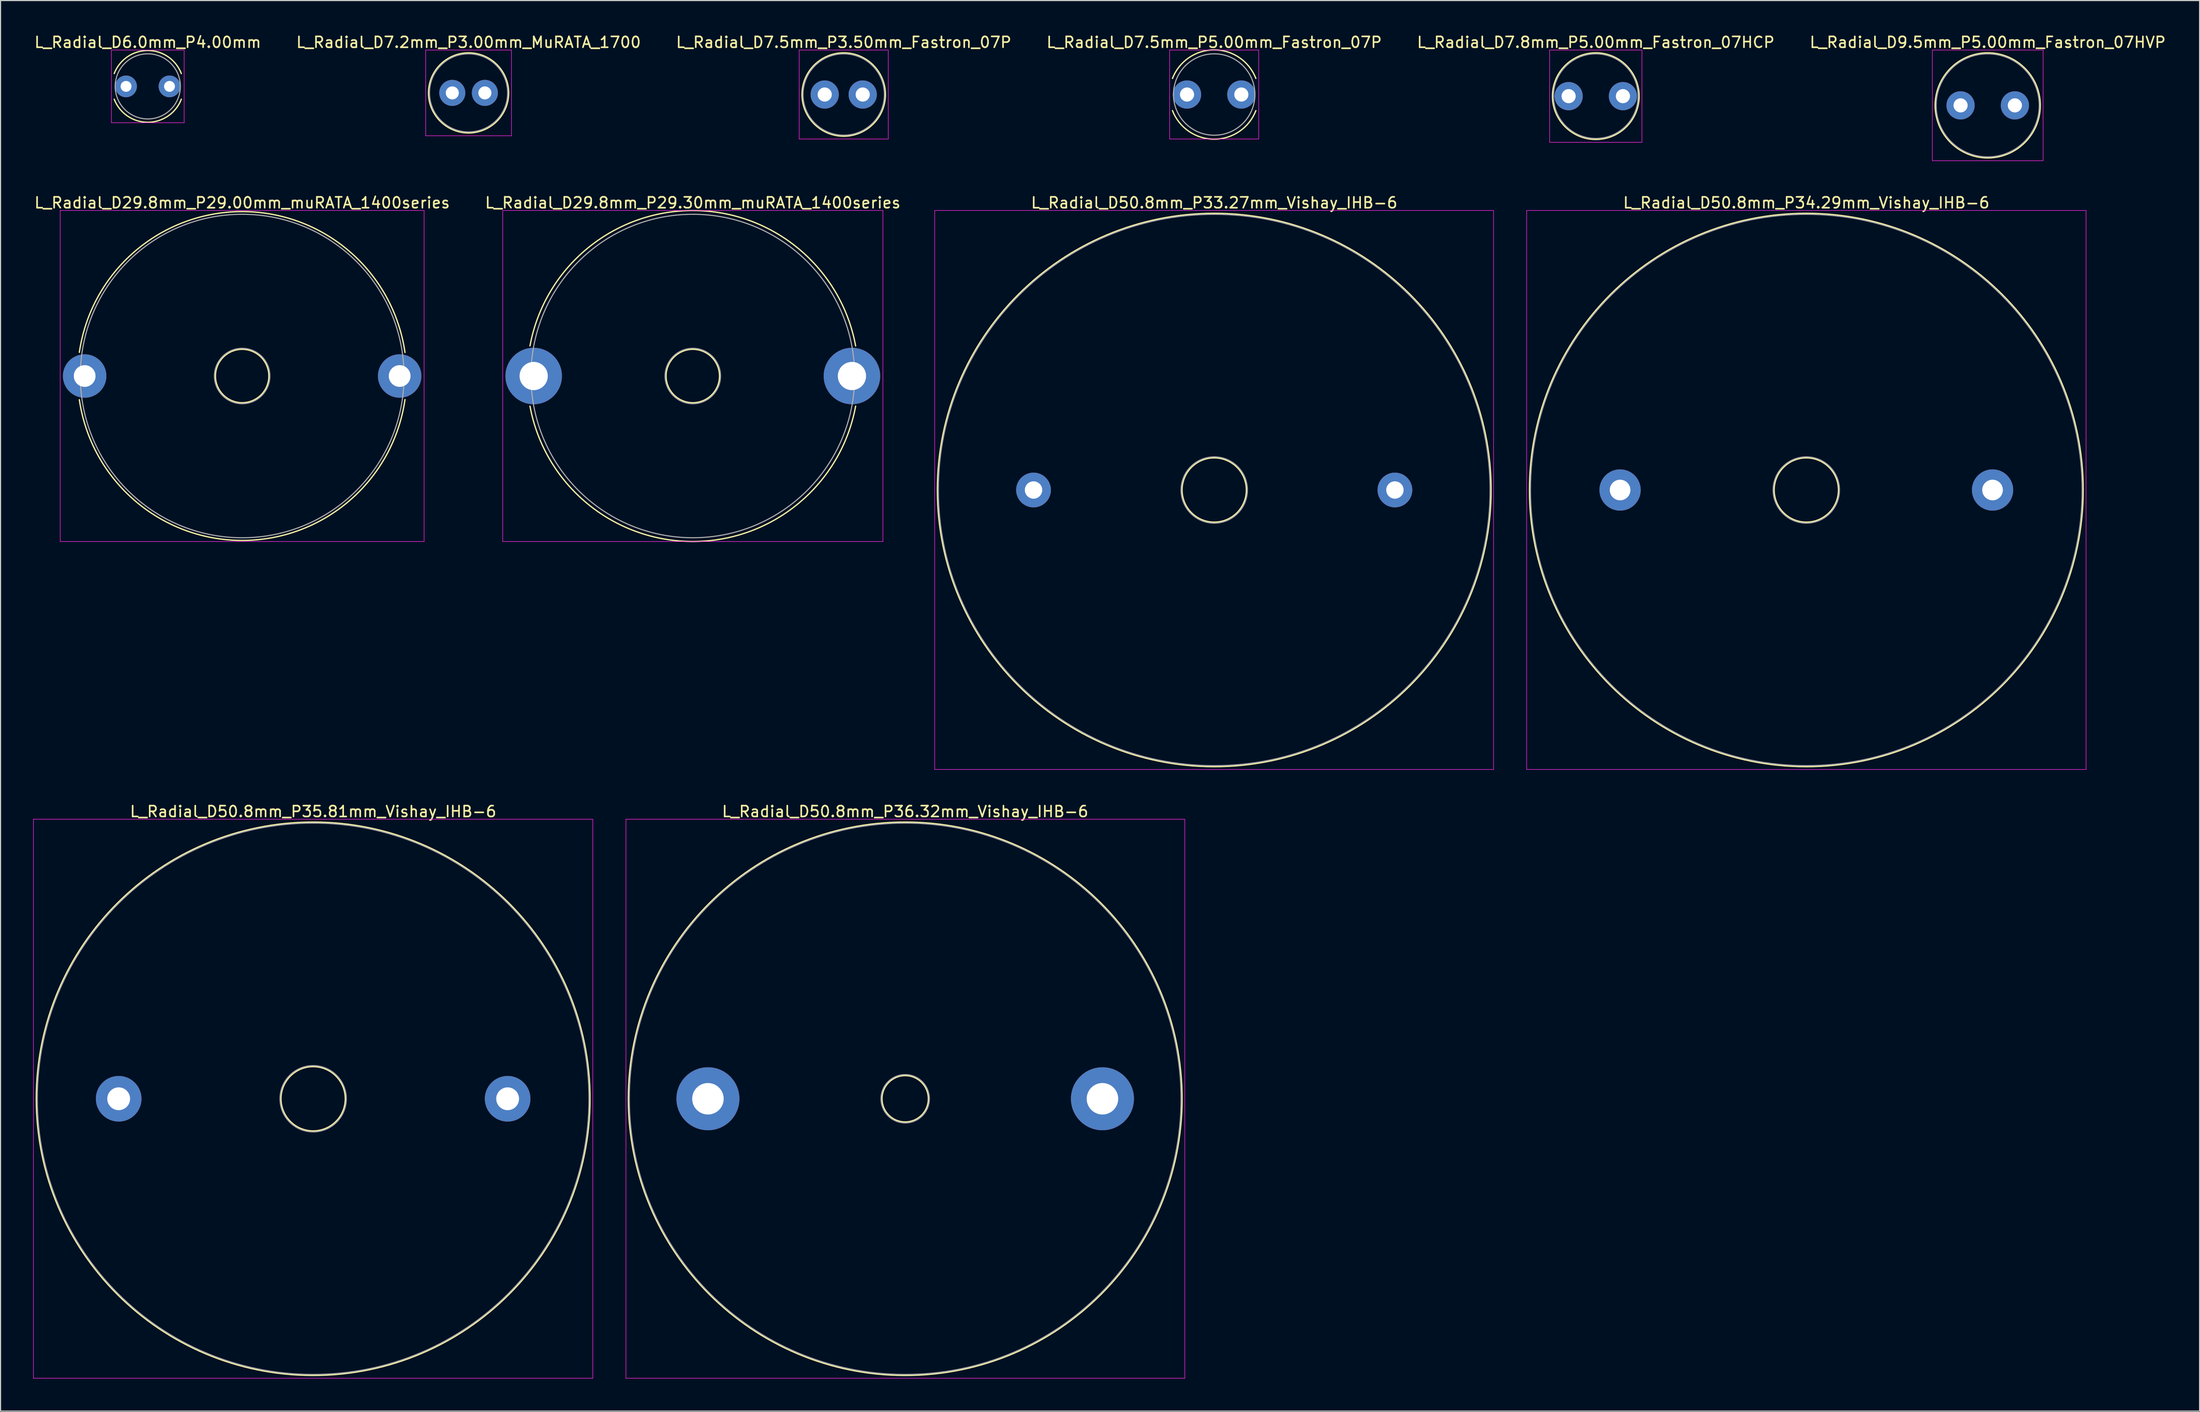
<source format=kicad_pcb>
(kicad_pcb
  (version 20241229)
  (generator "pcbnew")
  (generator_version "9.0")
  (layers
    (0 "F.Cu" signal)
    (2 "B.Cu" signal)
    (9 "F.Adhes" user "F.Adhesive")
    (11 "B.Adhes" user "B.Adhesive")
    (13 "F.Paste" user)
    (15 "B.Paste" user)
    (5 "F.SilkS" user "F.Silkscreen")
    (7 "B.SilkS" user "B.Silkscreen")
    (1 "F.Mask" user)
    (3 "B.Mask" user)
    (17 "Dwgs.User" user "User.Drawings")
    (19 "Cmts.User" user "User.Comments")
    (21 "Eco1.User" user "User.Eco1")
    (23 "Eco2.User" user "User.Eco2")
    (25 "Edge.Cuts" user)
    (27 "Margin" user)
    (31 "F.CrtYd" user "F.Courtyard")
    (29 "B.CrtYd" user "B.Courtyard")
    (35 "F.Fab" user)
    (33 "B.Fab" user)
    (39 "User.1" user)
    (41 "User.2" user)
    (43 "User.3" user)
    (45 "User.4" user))
  (footprint "L_Radial_D7.8mm_P5.00mm_Fastron_07HCP"
    (layer "F.Cu")
    (at 141.363 5.808)
    (property "Reference" "L_Radial_D7.8mm_P5.00mm_Fastron_07HCP" (at 2.5 -4.96 0) (layer "F.SilkS") (effects (font (size 1 1) (thickness 0.15))))
    (attr through_hole)
    (fp_circle (center 2.5 0) (end 6.49 0) (stroke (width 0.12) (type solid)) (fill no) (layer "F.SilkS"))
    (fp_line (start -1.75 -4.25) (end -1.75 4.25) (stroke (width 0.05) (type solid)) (layer "F.CrtYd"))
    (fp_line (start -1.75 4.25) (end 6.75 4.25) (stroke (width 0.05) (type solid)) (layer "F.CrtYd"))
    (fp_line (start 6.75 -4.25) (end -1.75 -4.25) (stroke (width 0.05) (type solid)) (layer "F.CrtYd"))
    (fp_line (start 6.75 4.25) (end 6.75 -4.25) (stroke (width 0.05) (type solid)) (layer "F.CrtYd"))
    (fp_circle (center 2.5 0) (end 6.4 0) (stroke (width 0.1) (type solid)) (fill no) (layer "F.Fab"))
    (pad "1" thru_hole circle (at 0 0) (size 2.6 2.6) (drill 1.3) (layers "*.Cu" "*.Mask"))
    (pad "2" thru_hole circle (at 5 0) (size 2.6 2.6) (drill 1.3) (layers "*.Cu" "*.Mask")))
  (footprint "L_Radial_D50.8mm_P34.29mm_Vishay_IHB-6"
    (layer "F.Cu")
    (at 146.101 42.092)
    (property "Reference" "L_Radial_D50.8mm_P34.29mm_Vishay_IHB-6" (at 17.145 -26.46 0) (layer "F.SilkS") (effects (font (size 1 1) (thickness 0.15))))
    (attr through_hole)
    (fp_circle (center 17.145 0) (end 20.105 0) (stroke (width 0.12) (type solid)) (fill no) (layer "F.SilkS"))
    (fp_circle (center 17.145 0) (end 42.635 0) (stroke (width 0.12) (type solid)) (fill no) (layer "F.SilkS"))
    (fp_line (start -8.6 -25.75) (end -8.6 25.75) (stroke (width 0.05) (type solid)) (layer "F.CrtYd"))
    (fp_line (start -8.6 25.75) (end 42.9 25.75) (stroke (width 0.05) (type solid)) (layer "F.CrtYd"))
    (fp_line (start 42.9 -25.75) (end -8.6 -25.75) (stroke (width 0.05) (type solid)) (layer "F.CrtYd"))
    (fp_line (start 42.9 25.75) (end 42.9 -25.75) (stroke (width 0.05) (type solid)) (layer "F.CrtYd"))
    (fp_circle (center 17.145 0) (end 20.195 0) (stroke (width 0.1) (type solid)) (fill no) (layer "F.Fab"))
    (fp_circle (center 17.145 0) (end 42.545 0) (stroke (width 0.1) (type solid)) (fill no) (layer "F.Fab"))
    (pad "1" thru_hole circle (at 0 0) (size 3.8 3.8) (drill 1.9) (layers "*.Cu" "*.Mask"))
    (pad "2" thru_hole circle (at 34.29 0) (size 3.8 3.8) (drill 1.9) (layers "*.Cu" "*.Mask")))
  (footprint "L_Radial_D6.0mm_P4.00mm"
    (layer "F.Cu")
    (at 8.554 4.908)
    (property "Reference" "L_Radial_D6.0mm_P4.00mm" (at 2 -4.06 0) (layer "F.SilkS") (effects (font (size 1 1) (thickness 0.15))))
    (attr through_hole)
    (fp_arc (start -1.09 -1.18) (mid 2.000041 -3.307643) (end 5.090029 -1.179924) (stroke (width 0.12) (type solid)) (layer "F.SilkS"))
    (fp_arc (start 5.090029 1.179924) (mid 2.000041 3.307643) (end -1.09 1.18) (stroke (width 0.12) (type solid)) (layer "F.SilkS"))
    (fp_line (start -1.35 -3.35) (end -1.35 3.35) (stroke (width 0.05) (type solid)) (layer "F.CrtYd"))
    (fp_line (start -1.35 3.35) (end 5.35 3.35) (stroke (width 0.05) (type solid)) (layer "F.CrtYd"))
    (fp_line (start 5.35 -3.35) (end -1.35 -3.35) (stroke (width 0.05) (type solid)) (layer "F.CrtYd"))
    (fp_line (start 5.35 3.35) (end 5.35 -3.35) (stroke (width 0.05) (type solid)) (layer "F.CrtYd"))
    (fp_circle (center 2 0) (end 5 0) (stroke (width 0.1) (type solid)) (fill no) (layer "F.Fab"))
    (pad "1" thru_hole circle (at 0 0) (size 2 2) (drill 1) (layers "*.Cu" "*.Mask"))
    (pad "2" thru_hole circle (at 4 0) (size 2 2) (drill 1) (layers "*.Cu" "*.Mask")))
  (footprint "L_Radial_D7.5mm_P5.00mm_Fastron_07P"
    (layer "F.Cu")
    (at 106.232 5.658)
    (property "Reference" "L_Radial_D7.5mm_P5.00mm_Fastron_07P" (at 2.5 -4.81 0) (layer "F.SilkS") (effects (font (size 1 1) (thickness 0.15))))
    (attr through_hole)
    (fp_arc (start -1.34 -1.48) (mid 2.498384 -4.115337) (end 6.338836 -1.483016) (stroke (width 0.12) (type solid)) (layer "F.SilkS"))
    (fp_arc (start 6.338836 1.483016) (mid 2.498384 4.115337) (end -1.34 1.48) (stroke (width 0.12) (type solid)) (layer "F.SilkS"))
    (fp_line (start -1.6 -4.1) (end -1.6 4.1) (stroke (width 0.05) (type solid)) (layer "F.CrtYd"))
    (fp_line (start -1.6 4.1) (end 6.6 4.1) (stroke (width 0.05) (type solid)) (layer "F.CrtYd"))
    (fp_line (start 6.6 -4.1) (end -1.6 -4.1) (stroke (width 0.05) (type solid)) (layer "F.CrtYd"))
    (fp_line (start 6.6 4.1) (end 6.6 -4.1) (stroke (width 0.05) (type solid)) (layer "F.CrtYd"))
    (fp_circle (center 2.5 0) (end 6.25 0) (stroke (width 0.1) (type solid)) (fill no) (layer "F.Fab"))
    (pad "1" thru_hole circle (at 0 0) (size 2.6 2.6) (drill 1.3) (layers "*.Cu" "*.Mask"))
    (pad "2" thru_hole circle (at 5 0) (size 2.6 2.6) (drill 1.3) (layers "*.Cu" "*.Mask")))
  (footprint "L_Radial_D29.8mm_P29.30mm_muRATA_1400series"
    (layer "F.Cu")
    (at 46.082 31.591)
    (property "Reference" "L_Radial_D29.8mm_P29.30mm_muRATA_1400series" (at 14.65 -15.96 0) (layer "F.SilkS") (effects (font (size 1 1) (thickness 0.15))))
    (attr through_hole)
    (fp_arc (start -0.34 -2.78) (mid 14.651738 -15.245606) (end 29.640633 -2.776582) (stroke (width 0.12) (type solid)) (layer "F.SilkS"))
    (fp_arc (start 29.640633 2.776582) (mid 14.651738 15.245605) (end -0.34 2.78) (stroke (width 0.12) (type solid)) (layer "F.SilkS"))
    (fp_circle (center 14.65 0) (end 17.11 0) (stroke (width 0.12) (type solid)) (fill no) (layer "F.SilkS"))
    (fp_line (start -2.85 -15.25) (end -2.85 15.25) (stroke (width 0.05) (type solid)) (layer "F.CrtYd"))
    (fp_line (start -2.85 15.25) (end 32.15 15.25) (stroke (width 0.05) (type solid)) (layer "F.CrtYd"))
    (fp_line (start 32.15 -15.25) (end -2.85 -15.25) (stroke (width 0.05) (type solid)) (layer "F.CrtYd"))
    (fp_line (start 32.15 15.25) (end 32.15 -15.25) (stroke (width 0.05) (type solid)) (layer "F.CrtYd"))
    (fp_circle (center 14.65 0) (end 17.2 0) (stroke (width 0.1) (type solid)) (fill no) (layer "F.Fab"))
    (fp_circle (center 14.65 0) (end 29.55 0) (stroke (width 0.1) (type solid)) (fill no) (layer "F.Fab"))
    (pad "1" thru_hole circle (at 0 0) (size 5.2 5.2) (drill 2.6) (layers "*.Cu" "*.Mask"))
    (pad "2" thru_hole circle (at 29.3 0) (size 5.2 5.2) (drill 2.6) (layers "*.Cu" "*.Mask")))
  (footprint "L_Radial_D29.8mm_P29.00mm_muRATA_1400series"
    (layer "F.Cu")
    (at 4.744 31.591)
    (property "Reference" "L_Radial_D29.8mm_P29.00mm_muRATA_1400series" (at 14.5 -15.96 0) (layer "F.SilkS") (effects (font (size 1 1) (thickness 0.15))))
    (attr through_hole)
    (fp_arc (start -0.49 -2.18) (mid 14.506486 -15.147688) (end 29.491861 -2.167163) (stroke (width 0.12) (type solid)) (layer "F.SilkS"))
    (fp_arc (start 29.491861 2.167163) (mid 14.506486 15.147688) (end -0.49 2.18) (stroke (width 0.12) (type solid)) (layer "F.SilkS"))
    (fp_circle (center 14.5 0) (end 16.96 0) (stroke (width 0.12) (type solid)) (fill no) (layer "F.SilkS"))
    (fp_line (start -2.25 -15.25) (end -2.25 15.25) (stroke (width 0.05) (type solid)) (layer "F.CrtYd"))
    (fp_line (start -2.25 15.25) (end 31.25 15.25) (stroke (width 0.05) (type solid)) (layer "F.CrtYd"))
    (fp_line (start 31.25 -15.25) (end -2.25 -15.25) (stroke (width 0.05) (type solid)) (layer "F.CrtYd"))
    (fp_line (start 31.25 15.25) (end 31.25 -15.25) (stroke (width 0.05) (type solid)) (layer "F.CrtYd"))
    (fp_circle (center 14.5 0) (end 17.05 0) (stroke (width 0.1) (type solid)) (fill no) (layer "F.Fab"))
    (fp_circle (center 14.5 0) (end 29.4 0) (stroke (width 0.1) (type solid)) (fill no) (layer "F.Fab"))
    (pad "1" thru_hole circle (at 0 0) (size 4 4) (drill 2) (layers "*.Cu" "*.Mask"))
    (pad "2" thru_hole circle (at 29 0) (size 4 4) (drill 2) (layers "*.Cu" "*.Mask")))
  (footprint "L_Radial_D50.8mm_P33.27mm_Vishay_IHB-6"
    (layer "F.Cu")
    (at 92.101 42.092)
    (property "Reference" "L_Radial_D50.8mm_P33.27mm_Vishay_IHB-6" (at 16.635 -26.46 0) (layer "F.SilkS") (effects (font (size 1 1) (thickness 0.15))))
    (attr through_hole)
    (fp_circle (center 16.635 0) (end 19.595 0) (stroke (width 0.12) (type solid)) (fill no) (layer "F.SilkS"))
    (fp_circle (center 16.635 0) (end 42.125 0) (stroke (width 0.12) (type solid)) (fill no) (layer "F.SilkS"))
    (fp_line (start -9.1 -25.75) (end -9.1 25.75) (stroke (width 0.05) (type solid)) (layer "F.CrtYd"))
    (fp_line (start -9.1 25.75) (end 42.35 25.75) (stroke (width 0.05) (type solid)) (layer "F.CrtYd"))
    (fp_line (start 42.35 -25.75) (end -9.1 -25.75) (stroke (width 0.05) (type solid)) (layer "F.CrtYd"))
    (fp_line (start 42.35 25.75) (end 42.35 -25.75) (stroke (width 0.05) (type solid)) (layer "F.CrtYd"))
    (fp_circle (center 16.635 0) (end 19.685 0) (stroke (width 0.1) (type solid)) (fill no) (layer "F.Fab"))
    (fp_circle (center 16.635 0) (end 42.035 0) (stroke (width 0.1) (type solid)) (fill no) (layer "F.Fab"))
    (pad "1" thru_hole circle (at 0 0) (size 3.2 3.2) (drill 1.6) (layers "*.Cu" "*.Mask"))
    (pad "2" thru_hole circle (at 33.27 0) (size 3.2 3.2) (drill 1.6) (layers "*.Cu" "*.Mask")))
  (footprint "L_Radial_D7.2mm_P3.00mm_MuRATA_1700"
    (layer "F.Cu")
    (at 38.589 5.508)
    (property "Reference" "L_Radial_D7.2mm_P3.00mm_MuRATA_1700" (at 1.5 -4.66 0) (layer "F.SilkS") (effects (font (size 1 1) (thickness 0.15))))
    (attr through_hole)
    (fp_circle (center 1.5 0) (end 5.19 0) (stroke (width 0.12) (type solid)) (fill no) (layer "F.SilkS"))
    (fp_line (start -2.45 -3.95) (end -2.45 3.95) (stroke (width 0.05) (type solid)) (layer "F.CrtYd"))
    (fp_line (start -2.45 3.95) (end 5.45 3.95) (stroke (width 0.05) (type solid)) (layer "F.CrtYd"))
    (fp_line (start 5.45 -3.95) (end -2.45 -3.95) (stroke (width 0.05) (type solid)) (layer "F.CrtYd"))
    (fp_line (start 5.45 3.95) (end 5.45 -3.95) (stroke (width 0.05) (type solid)) (layer "F.CrtYd"))
    (fp_circle (center 1.5 0) (end 5.1 0) (stroke (width 0.1) (type solid)) (fill no) (layer "F.Fab"))
    (pad "1" thru_hole circle (at 0 0) (size 2.4 2.4) (drill 1.2) (layers "*.Cu" "*.Mask"))
    (pad "2" thru_hole circle (at 3 0) (size 2.4 2.4) (drill 1.2) (layers "*.Cu" "*.Mask")))
  (footprint "L_Radial_D50.8mm_P35.81mm_Vishay_IHB-6"
    (layer "F.Cu")
    (at 7.875 98.175)
    (property "Reference" "L_Radial_D50.8mm_P35.81mm_Vishay_IHB-6" (at 17.905 -26.46 0) (layer "F.SilkS") (effects (font (size 1 1) (thickness 0.15))))
    (attr through_hole)
    (fp_circle (center 17.905 0) (end 20.865 0) (stroke (width 0.12) (type solid)) (fill no) (layer "F.SilkS"))
    (fp_circle (center 17.905 0) (end 43.395 0) (stroke (width 0.12) (type solid)) (fill no) (layer "F.SilkS"))
    (fp_line (start -7.85 -25.75) (end -7.85 25.75) (stroke (width 0.05) (type solid)) (layer "F.CrtYd"))
    (fp_line (start -7.85 25.75) (end 43.65 25.75) (stroke (width 0.05) (type solid)) (layer "F.CrtYd"))
    (fp_line (start 43.65 -25.75) (end -7.85 -25.75) (stroke (width 0.05) (type solid)) (layer "F.CrtYd"))
    (fp_line (start 43.65 25.75) (end 43.65 -25.75) (stroke (width 0.05) (type solid)) (layer "F.CrtYd"))
    (fp_circle (center 17.905 0) (end 20.955 0) (stroke (width 0.1) (type solid)) (fill no) (layer "F.Fab"))
    (fp_circle (center 17.905 0) (end 43.305 0) (stroke (width 0.1) (type solid)) (fill no) (layer "F.Fab"))
    (pad "1" thru_hole circle (at 0 0) (size 4.2 4.2) (drill 2.1) (layers "*.Cu" "*.Mask"))
    (pad "2" thru_hole circle (at 35.81 0) (size 4.2 4.2) (drill 2.1) (layers "*.Cu" "*.Mask")))
  (footprint "L_Radial_D9.5mm_P5.00mm_Fastron_07HVP"
    (layer "F.Cu")
    (at 177.446 6.658)
    (property "Reference" "L_Radial_D9.5mm_P5.00mm_Fastron_07HVP" (at 2.5 -5.81 0) (layer "F.SilkS") (effects (font (size 1 1) (thickness 0.15))))
    (attr through_hole)
    (fp_circle (center 2.5 0) (end 7.34 0) (stroke (width 0.12) (type solid)) (fill no) (layer "F.SilkS"))
    (fp_line (start -2.6 -5.1) (end -2.6 5.1) (stroke (width 0.05) (type solid)) (layer "F.CrtYd"))
    (fp_line (start -2.6 5.1) (end 7.6 5.1) (stroke (width 0.05) (type solid)) (layer "F.CrtYd"))
    (fp_line (start 7.6 -5.1) (end -2.6 -5.1) (stroke (width 0.05) (type solid)) (layer "F.CrtYd"))
    (fp_line (start 7.6 5.1) (end 7.6 -5.1) (stroke (width 0.05) (type solid)) (layer "F.CrtYd"))
    (fp_circle (center 2.5 0) (end 7.25 0) (stroke (width 0.1) (type solid)) (fill no) (layer "F.Fab"))
    (pad "1" thru_hole circle (at 0 0) (size 2.6 2.6) (drill 1.3) (layers "*.Cu" "*.Mask"))
    (pad "2" thru_hole circle (at 5 0) (size 2.6 2.6) (drill 1.3) (layers "*.Cu" "*.Mask")))
  (footprint "L_Radial_D50.8mm_P36.32mm_Vishay_IHB-6"
    (layer "F.Cu")
    (at 62.125 98.175)
    (property "Reference" "L_Radial_D50.8mm_P36.32mm_Vishay_IHB-6" (at 18.16 -26.46 0) (layer "F.SilkS") (effects (font (size 1 1) (thickness 0.15))))
    (attr through_hole)
    (fp_circle (center 18.16 0) (end 20.295 0) (stroke (width 0.12) (type solid)) (fill no) (layer "F.SilkS"))
    (fp_circle (center 18.16 0) (end 43.65 0) (stroke (width 0.12) (type solid)) (fill no) (layer "F.SilkS"))
    (fp_line (start -7.55 -25.75) (end -7.55 25.75) (stroke (width 0.05) (type solid)) (layer "F.CrtYd"))
    (fp_line (start -7.55 25.75) (end 43.9 25.75) (stroke (width 0.05) (type solid)) (layer "F.CrtYd"))
    (fp_line (start 43.9 -25.75) (end -7.55 -25.75) (stroke (width 0.05) (type solid)) (layer "F.CrtYd"))
    (fp_line (start 43.9 25.75) (end 43.9 -25.75) (stroke (width 0.05) (type solid)) (layer "F.CrtYd"))
    (fp_circle (center 18.16 0) (end 20.385 0) (stroke (width 0.1) (type solid)) (fill no) (layer "F.Fab"))
    (fp_circle (center 18.16 0) (end 43.56 0) (stroke (width 0.1) (type solid)) (fill no) (layer "F.Fab"))
    (pad "1" thru_hole circle (at 0 0) (size 5.8 5.8) (drill 2.9) (layers "*.Cu" "*.Mask"))
    (pad "2" thru_hole circle (at 36.32 0) (size 5.8 5.8) (drill 2.9) (layers "*.Cu" "*.Mask")))
  (footprint "L_Radial_D7.5mm_P3.50mm_Fastron_07P"
    (layer "F.Cu")
    (at 72.875 5.658)
    (property "Reference" "L_Radial_D7.5mm_P3.50mm_Fastron_07P" (at 1.75 -4.81 0) (layer "F.SilkS") (effects (font (size 1 1) (thickness 0.15))))
    (attr through_hole)
    (fp_circle (center 1.75 0) (end 5.59 0) (stroke (width 0.12) (type solid)) (fill no) (layer "F.SilkS"))
    (fp_line (start -2.35 -4.1) (end -2.35 4.1) (stroke (width 0.05) (type solid)) (layer "F.CrtYd"))
    (fp_line (start -2.35 4.1) (end 5.85 4.1) (stroke (width 0.05) (type solid)) (layer "F.CrtYd"))
    (fp_line (start 5.85 -4.1) (end -2.35 -4.1) (stroke (width 0.05) (type solid)) (layer "F.CrtYd"))
    (fp_line (start 5.85 4.1) (end 5.85 -4.1) (stroke (width 0.05) (type solid)) (layer "F.CrtYd"))
    (fp_circle (center 1.75 0) (end 5.5 0) (stroke (width 0.1) (type solid)) (fill no) (layer "F.Fab"))
    (pad "1" thru_hole circle (at 0 0) (size 2.6 2.6) (drill 1.3) (layers "*.Cu" "*.Mask"))
    (pad "2" thru_hole circle (at 3.5 0) (size 2.6 2.6) (drill 1.3) (layers "*.Cu" "*.Mask")))
  (gr_rect
    (start -3 -3)
    (end 199.452 126.95)
    (stroke (width 0.1) (type default))
    (fill no)
    (layer "Edge.Cuts")))
</source>
